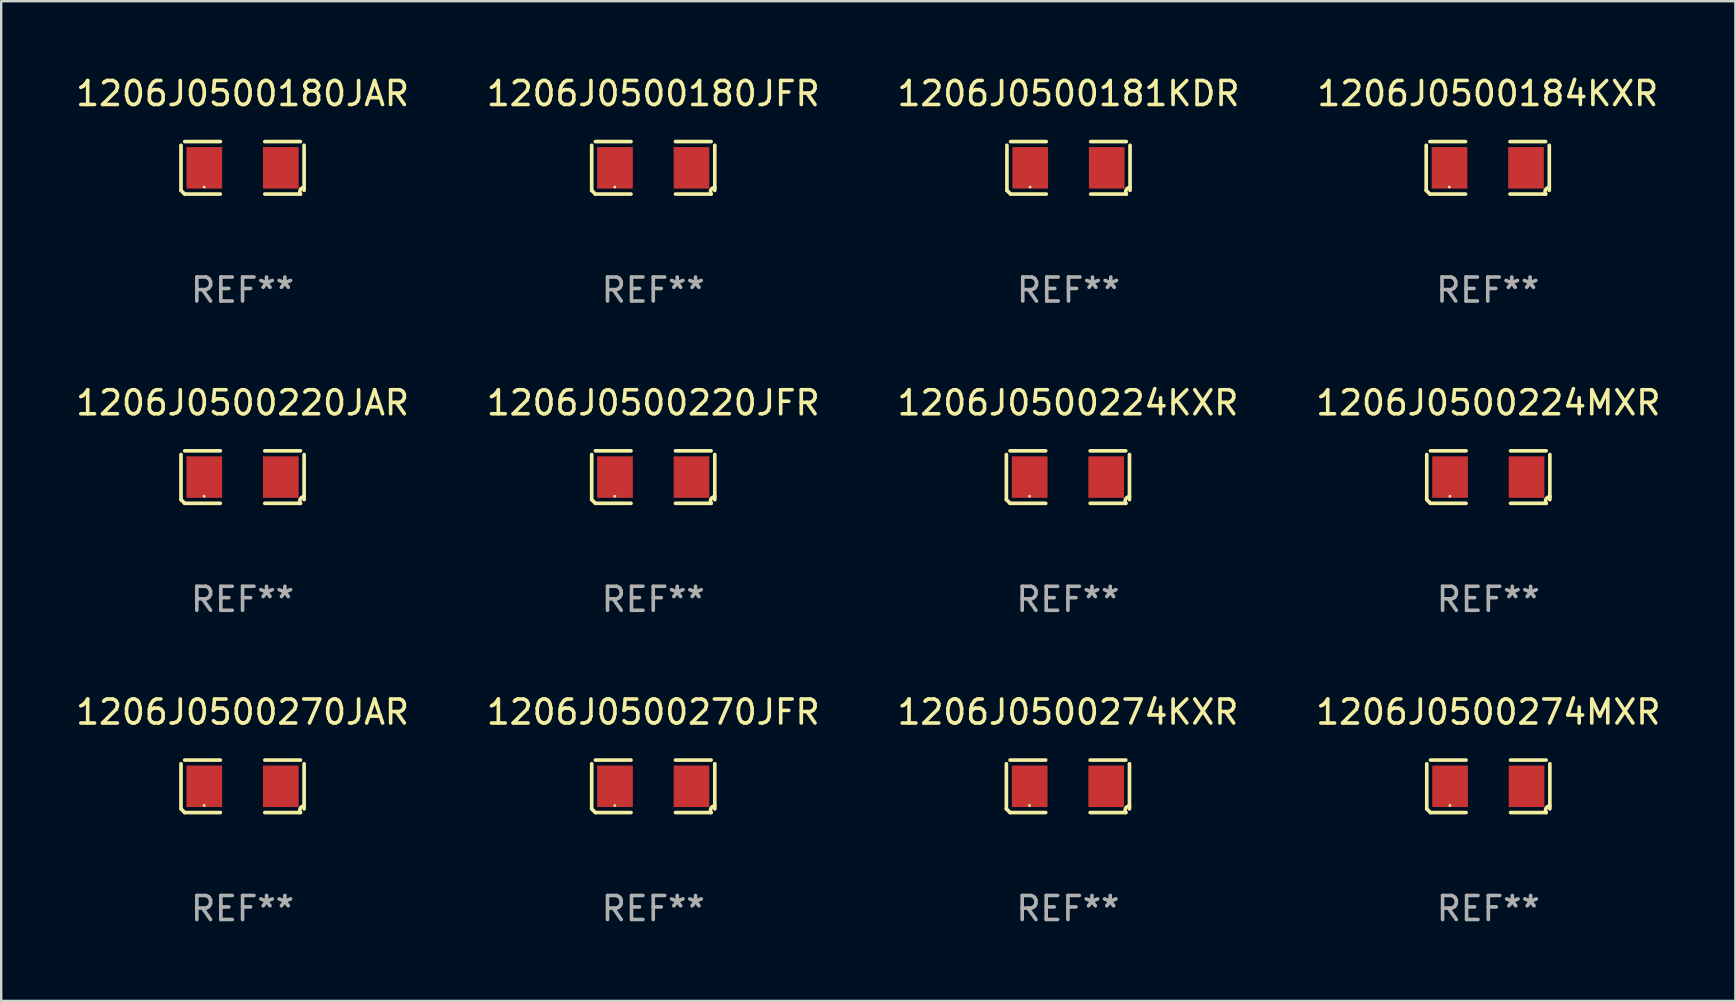
<source format=kicad_pcb>
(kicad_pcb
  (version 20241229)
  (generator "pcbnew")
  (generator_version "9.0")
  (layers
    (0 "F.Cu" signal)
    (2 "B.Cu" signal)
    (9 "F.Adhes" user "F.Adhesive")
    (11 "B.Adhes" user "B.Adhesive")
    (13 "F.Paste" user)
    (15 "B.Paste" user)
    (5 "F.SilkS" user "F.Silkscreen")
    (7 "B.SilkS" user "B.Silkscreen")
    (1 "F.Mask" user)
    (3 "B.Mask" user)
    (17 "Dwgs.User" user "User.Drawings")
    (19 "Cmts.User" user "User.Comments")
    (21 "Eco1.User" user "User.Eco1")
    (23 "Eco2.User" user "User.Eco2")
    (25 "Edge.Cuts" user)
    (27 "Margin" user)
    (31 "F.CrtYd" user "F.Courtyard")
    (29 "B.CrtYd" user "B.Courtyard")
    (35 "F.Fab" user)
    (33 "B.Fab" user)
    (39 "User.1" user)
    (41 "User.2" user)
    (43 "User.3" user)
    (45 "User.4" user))
  (footprint "1206J0500220JFR"
    (layer "F.Cu")
    (at 24.161 16.823)
    (property "Reference" "1206J0500220JFR" (at 0 -3.093 0) (layer "F.SilkS") (effects (font (size 1 1) (thickness 0.15))))
    (attr through_hole)
    (fp_line (start -2.564 0.94) (end -2.564 -0.94) (stroke (width 0.152) (type solid)) (layer "F.SilkS"))
    (fp_line (start -2.411 -1.093) (end -0.926 -1.093) (stroke (width 0.152) (type solid)) (layer "F.SilkS"))
    (fp_line (start -0.926 1.093) (end -2.411 1.093) (stroke (width 0.152) (type solid)) (layer "F.SilkS"))
    (fp_line (start 0.926 1.093) (end 2.411 1.093) (stroke (width 0.152) (type solid)) (layer "F.SilkS"))
    (fp_line (start 2.411 -1.093) (end 0.926 -1.093) (stroke (width 0.152) (type solid)) (layer "F.SilkS"))
    (fp_line (start 2.564 0.94) (end 2.564 -0.94) (stroke (width 0.152) (type solid)) (layer "F.SilkS"))
    (fp_arc (start -2.411201 1.092609) (mid -2.487413 1.01642) (end -2.563602 0.940208) (stroke (width 0.1524) (type solid)) (layer "F.SilkS"))
    (fp_arc (start 2.411201 1.092609) (mid 2.407159 0.911226) (end 2.563602 0.819347) (stroke (width 0.1524) (type solid)) (layer "F.SilkS"))
    (fp_circle (center -1.6 0.8) (end -1.57 0.8) (stroke (width 0.06) (type solid)) (fill no) (layer "F.SilkS"))
    (fp_text user "REF**" (at 0 5.093 0) (layer "F.Fab") (effects (font (size 1 1) (thickness 0.15))))
    (pad "1" smd rect (at -1.593 0) (size 1.485 1.728) (layers "F.Cu" "F.Mask" "F.Paste"))
    (pad "2" smd rect (at 1.593 0) (size 1.485 1.728) (layers "F.Cu" "F.Mask" "F.Paste")))
  (footprint "1206J0500180JFR"
    (layer "F.Cu")
    (at 24.161 3.941)
    (property "Reference" "1206J0500180JFR" (at 0 -3.093 0) (layer "F.SilkS") (effects (font (size 1 1) (thickness 0.15))))
    (attr through_hole)
    (fp_line (start -2.564 0.94) (end -2.564 -0.94) (stroke (width 0.152) (type solid)) (layer "F.SilkS"))
    (fp_line (start -2.411 -1.093) (end -0.926 -1.093) (stroke (width 0.152) (type solid)) (layer "F.SilkS"))
    (fp_line (start -0.926 1.093) (end -2.411 1.093) (stroke (width 0.152) (type solid)) (layer "F.SilkS"))
    (fp_line (start 0.926 1.093) (end 2.411 1.093) (stroke (width 0.152) (type solid)) (layer "F.SilkS"))
    (fp_line (start 2.411 -1.093) (end 0.926 -1.093) (stroke (width 0.152) (type solid)) (layer "F.SilkS"))
    (fp_line (start 2.564 0.94) (end 2.564 -0.94) (stroke (width 0.152) (type solid)) (layer "F.SilkS"))
    (fp_arc (start -2.411201 1.092609) (mid -2.487413 1.01642) (end -2.563602 0.940208) (stroke (width 0.1524) (type solid)) (layer "F.SilkS"))
    (fp_arc (start 2.411201 1.092609) (mid 2.407159 0.911226) (end 2.563602 0.819347) (stroke (width 0.1524) (type solid)) (layer "F.SilkS"))
    (fp_circle (center -1.6 0.8) (end -1.57 0.8) (stroke (width 0.06) (type solid)) (fill no) (layer "F.SilkS"))
    (fp_text user "REF**" (at 0 5.093 0) (layer "F.Fab") (effects (font (size 1 1) (thickness 0.15))))
    (pad "1" smd rect (at -1.593 0) (size 1.485 1.728) (layers "F.Cu" "F.Mask" "F.Paste"))
    (pad "2" smd rect (at 1.593 0) (size 1.485 1.728) (layers "F.Cu" "F.Mask" "F.Paste")))
  (footprint "1206J0500180JAR"
    (layer "F.Cu")
    (at 7.054 3.941)
    (property "Reference" "1206J0500180JAR" (at 0 -3.093 0) (layer "F.SilkS") (effects (font (size 1 1) (thickness 0.15))))
    (attr through_hole)
    (fp_line (start -2.564 0.94) (end -2.564 -0.94) (stroke (width 0.152) (type solid)) (layer "F.SilkS"))
    (fp_line (start -2.411 -1.093) (end -0.926 -1.093) (stroke (width 0.152) (type solid)) (layer "F.SilkS"))
    (fp_line (start -0.926 1.093) (end -2.411 1.093) (stroke (width 0.152) (type solid)) (layer "F.SilkS"))
    (fp_line (start 0.926 1.093) (end 2.411 1.093) (stroke (width 0.152) (type solid)) (layer "F.SilkS"))
    (fp_line (start 2.411 -1.093) (end 0.926 -1.093) (stroke (width 0.152) (type solid)) (layer "F.SilkS"))
    (fp_line (start 2.564 0.94) (end 2.564 -0.94) (stroke (width 0.152) (type solid)) (layer "F.SilkS"))
    (fp_arc (start -2.411201 1.092609) (mid -2.487413 1.01642) (end -2.563602 0.940208) (stroke (width 0.1524) (type solid)) (layer "F.SilkS"))
    (fp_arc (start 2.411201 1.092609) (mid 2.407159 0.911226) (end 2.563602 0.819347) (stroke (width 0.1524) (type solid)) (layer "F.SilkS"))
    (fp_circle (center -1.6 0.8) (end -1.57 0.8) (stroke (width 0.06) (type solid)) (fill no) (layer "F.SilkS"))
    (fp_text user "REF**" (at 0 5.093 0) (layer "F.Fab") (effects (font (size 1 1) (thickness 0.15))))
    (pad "1" smd rect (at -1.593 0) (size 1.485 1.728) (layers "F.Cu" "F.Mask" "F.Paste"))
    (pad "2" smd rect (at 1.593 0) (size 1.485 1.728) (layers "F.Cu" "F.Mask" "F.Paste")))
  (footprint "1206J0500274KXR"
    (layer "F.Cu")
    (at 41.435 29.704)
    (property "Reference" "1206J0500274KXR" (at 0 -3.093 0) (layer "F.SilkS") (effects (font (size 1 1) (thickness 0.15))))
    (attr through_hole)
    (fp_line (start -2.564 0.94) (end -2.564 -0.94) (stroke (width 0.152) (type solid)) (layer "F.SilkS"))
    (fp_line (start -2.411 -1.093) (end -0.926 -1.093) (stroke (width 0.152) (type solid)) (layer "F.SilkS"))
    (fp_line (start -0.926 1.093) (end -2.411 1.093) (stroke (width 0.152) (type solid)) (layer "F.SilkS"))
    (fp_line (start 0.926 1.093) (end 2.411 1.093) (stroke (width 0.152) (type solid)) (layer "F.SilkS"))
    (fp_line (start 2.411 -1.093) (end 0.926 -1.093) (stroke (width 0.152) (type solid)) (layer "F.SilkS"))
    (fp_line (start 2.564 0.94) (end 2.564 -0.94) (stroke (width 0.152) (type solid)) (layer "F.SilkS"))
    (fp_arc (start -2.411201 1.092609) (mid -2.487413 1.01642) (end -2.563602 0.940208) (stroke (width 0.1524) (type solid)) (layer "F.SilkS"))
    (fp_arc (start 2.411201 1.092609) (mid 2.407159 0.911226) (end 2.563602 0.819347) (stroke (width 0.1524) (type solid)) (layer "F.SilkS"))
    (fp_circle (center -1.6 0.8) (end -1.57 0.8) (stroke (width 0.06) (type solid)) (fill no) (layer "F.SilkS"))
    (fp_text user "REF**" (at 0 5.093 0) (layer "F.Fab") (effects (font (size 1 1) (thickness 0.15))))
    (pad "1" smd rect (at -1.593 0) (size 1.485 1.728) (layers "F.Cu" "F.Mask" "F.Paste"))
    (pad "2" smd rect (at 1.593 0) (size 1.485 1.728) (layers "F.Cu" "F.Mask" "F.Paste")))
  (footprint "1206J0500270JAR"
    (layer "F.Cu")
    (at 7.054 29.704)
    (property "Reference" "1206J0500270JAR" (at 0 -3.093 0) (layer "F.SilkS") (effects (font (size 1 1) (thickness 0.15))))
    (attr through_hole)
    (fp_line (start -2.564 0.94) (end -2.564 -0.94) (stroke (width 0.152) (type solid)) (layer "F.SilkS"))
    (fp_line (start -2.411 -1.093) (end -0.926 -1.093) (stroke (width 0.152) (type solid)) (layer "F.SilkS"))
    (fp_line (start -0.926 1.093) (end -2.411 1.093) (stroke (width 0.152) (type solid)) (layer "F.SilkS"))
    (fp_line (start 0.926 1.093) (end 2.411 1.093) (stroke (width 0.152) (type solid)) (layer "F.SilkS"))
    (fp_line (start 2.411 -1.093) (end 0.926 -1.093) (stroke (width 0.152) (type solid)) (layer "F.SilkS"))
    (fp_line (start 2.564 0.94) (end 2.564 -0.94) (stroke (width 0.152) (type solid)) (layer "F.SilkS"))
    (fp_arc (start -2.411201 1.092609) (mid -2.487413 1.01642) (end -2.563602 0.940208) (stroke (width 0.1524) (type solid)) (layer "F.SilkS"))
    (fp_arc (start 2.411201 1.092609) (mid 2.407159 0.911226) (end 2.563602 0.819347) (stroke (width 0.1524) (type solid)) (layer "F.SilkS"))
    (fp_circle (center -1.6 0.8) (end -1.57 0.8) (stroke (width 0.06) (type solid)) (fill no) (layer "F.SilkS"))
    (fp_text user "REF**" (at 0 5.093 0) (layer "F.Fab") (effects (font (size 1 1) (thickness 0.15))))
    (pad "1" smd rect (at -1.593 0) (size 1.485 1.728) (layers "F.Cu" "F.Mask" "F.Paste"))
    (pad "2" smd rect (at 1.593 0) (size 1.485 1.728) (layers "F.Cu" "F.Mask" "F.Paste")))
  (footprint "1206J0500181KDR"
    (layer "F.Cu")
    (at 41.458 3.941)
    (property "Reference" "1206J0500181KDR" (at 0 -3.093 0) (layer "F.SilkS") (effects (font (size 1 1) (thickness 0.15))))
    (attr through_hole)
    (fp_line (start -2.564 0.94) (end -2.564 -0.94) (stroke (width 0.152) (type solid)) (layer "F.SilkS"))
    (fp_line (start -2.411 -1.093) (end -0.926 -1.093) (stroke (width 0.152) (type solid)) (layer "F.SilkS"))
    (fp_line (start -0.926 1.093) (end -2.411 1.093) (stroke (width 0.152) (type solid)) (layer "F.SilkS"))
    (fp_line (start 0.926 1.093) (end 2.411 1.093) (stroke (width 0.152) (type solid)) (layer "F.SilkS"))
    (fp_line (start 2.411 -1.093) (end 0.926 -1.093) (stroke (width 0.152) (type solid)) (layer "F.SilkS"))
    (fp_line (start 2.564 0.94) (end 2.564 -0.94) (stroke (width 0.152) (type solid)) (layer "F.SilkS"))
    (fp_arc (start -2.411201 1.092609) (mid -2.487413 1.01642) (end -2.563602 0.940208) (stroke (width 0.1524) (type solid)) (layer "F.SilkS"))
    (fp_arc (start 2.411201 1.092609) (mid 2.407159 0.911226) (end 2.563602 0.819347) (stroke (width 0.1524) (type solid)) (layer "F.SilkS"))
    (fp_circle (center -1.6 0.8) (end -1.57 0.8) (stroke (width 0.06) (type solid)) (fill no) (layer "F.SilkS"))
    (fp_text user "REF**" (at 0 5.093 0) (layer "F.Fab") (effects (font (size 1 1) (thickness 0.15))))
    (pad "1" smd rect (at -1.593 0) (size 1.485 1.728) (layers "F.Cu" "F.Mask" "F.Paste"))
    (pad "2" smd rect (at 1.593 0) (size 1.485 1.728) (layers "F.Cu" "F.Mask" "F.Paste")))
  (footprint "1206J0500224KXR"
    (layer "F.Cu")
    (at 41.435 16.823)
    (property "Reference" "1206J0500224KXR" (at 0 -3.093 0) (layer "F.SilkS") (effects (font (size 1 1) (thickness 0.15))))
    (attr through_hole)
    (fp_line (start -2.564 0.94) (end -2.564 -0.94) (stroke (width 0.152) (type solid)) (layer "F.SilkS"))
    (fp_line (start -2.411 -1.093) (end -0.926 -1.093) (stroke (width 0.152) (type solid)) (layer "F.SilkS"))
    (fp_line (start -0.926 1.093) (end -2.411 1.093) (stroke (width 0.152) (type solid)) (layer "F.SilkS"))
    (fp_line (start 0.926 1.093) (end 2.411 1.093) (stroke (width 0.152) (type solid)) (layer "F.SilkS"))
    (fp_line (start 2.411 -1.093) (end 0.926 -1.093) (stroke (width 0.152) (type solid)) (layer "F.SilkS"))
    (fp_line (start 2.564 0.94) (end 2.564 -0.94) (stroke (width 0.152) (type solid)) (layer "F.SilkS"))
    (fp_arc (start -2.411201 1.092609) (mid -2.487413 1.01642) (end -2.563602 0.940208) (stroke (width 0.1524) (type solid)) (layer "F.SilkS"))
    (fp_arc (start 2.411201 1.092609) (mid 2.407159 0.911226) (end 2.563602 0.819347) (stroke (width 0.1524) (type solid)) (layer "F.SilkS"))
    (fp_circle (center -1.6 0.8) (end -1.57 0.8) (stroke (width 0.06) (type solid)) (fill no) (layer "F.SilkS"))
    (fp_text user "REF**" (at 0 5.093 0) (layer "F.Fab") (effects (font (size 1 1) (thickness 0.15))))
    (pad "1" smd rect (at -1.593 0) (size 1.485 1.728) (layers "F.Cu" "F.Mask" "F.Paste"))
    (pad "2" smd rect (at 1.593 0) (size 1.485 1.728) (layers "F.Cu" "F.Mask" "F.Paste")))
  (footprint "1206J0500224MXR"
    (layer "F.Cu")
    (at 58.946 16.823)
    (property "Reference" "1206J0500224MXR" (at 0 -3.093 0) (layer "F.SilkS") (effects (font (size 1 1) (thickness 0.15))))
    (attr through_hole)
    (fp_line (start -2.564 0.94) (end -2.564 -0.94) (stroke (width 0.152) (type solid)) (layer "F.SilkS"))
    (fp_line (start -2.411 -1.093) (end -0.926 -1.093) (stroke (width 0.152) (type solid)) (layer "F.SilkS"))
    (fp_line (start -0.926 1.093) (end -2.411 1.093) (stroke (width 0.152) (type solid)) (layer "F.SilkS"))
    (fp_line (start 0.926 1.093) (end 2.411 1.093) (stroke (width 0.152) (type solid)) (layer "F.SilkS"))
    (fp_line (start 2.411 -1.093) (end 0.926 -1.093) (stroke (width 0.152) (type solid)) (layer "F.SilkS"))
    (fp_line (start 2.564 0.94) (end 2.564 -0.94) (stroke (width 0.152) (type solid)) (layer "F.SilkS"))
    (fp_arc (start -2.411201 1.092609) (mid -2.487413 1.01642) (end -2.563602 0.940208) (stroke (width 0.1524) (type solid)) (layer "F.SilkS"))
    (fp_arc (start 2.411201 1.092609) (mid 2.407159 0.911226) (end 2.563602 0.819347) (stroke (width 0.1524) (type solid)) (layer "F.SilkS"))
    (fp_circle (center -1.6 0.8) (end -1.57 0.8) (stroke (width 0.06) (type solid)) (fill no) (layer "F.SilkS"))
    (fp_text user "REF**" (at 0 5.093 0) (layer "F.Fab") (effects (font (size 1 1) (thickness 0.15))))
    (pad "1" smd rect (at -1.593 0) (size 1.485 1.728) (layers "F.Cu" "F.Mask" "F.Paste"))
    (pad "2" smd rect (at 1.593 0) (size 1.485 1.728) (layers "F.Cu" "F.Mask" "F.Paste")))
  (footprint "1206J0500220JAR"
    (layer "F.Cu")
    (at 7.054 16.823)
    (property "Reference" "1206J0500220JAR" (at 0 -3.093 0) (layer "F.SilkS") (effects (font (size 1 1) (thickness 0.15))))
    (attr through_hole)
    (fp_line (start -2.564 0.94) (end -2.564 -0.94) (stroke (width 0.152) (type solid)) (layer "F.SilkS"))
    (fp_line (start -2.411 -1.093) (end -0.926 -1.093) (stroke (width 0.152) (type solid)) (layer "F.SilkS"))
    (fp_line (start -0.926 1.093) (end -2.411 1.093) (stroke (width 0.152) (type solid)) (layer "F.SilkS"))
    (fp_line (start 0.926 1.093) (end 2.411 1.093) (stroke (width 0.152) (type solid)) (layer "F.SilkS"))
    (fp_line (start 2.411 -1.093) (end 0.926 -1.093) (stroke (width 0.152) (type solid)) (layer "F.SilkS"))
    (fp_line (start 2.564 0.94) (end 2.564 -0.94) (stroke (width 0.152) (type solid)) (layer "F.SilkS"))
    (fp_arc (start -2.411201 1.092609) (mid -2.487413 1.01642) (end -2.563602 0.940208) (stroke (width 0.1524) (type solid)) (layer "F.SilkS"))
    (fp_arc (start 2.411201 1.092609) (mid 2.407159 0.911226) (end 2.563602 0.819347) (stroke (width 0.1524) (type solid)) (layer "F.SilkS"))
    (fp_circle (center -1.6 0.8) (end -1.57 0.8) (stroke (width 0.06) (type solid)) (fill no) (layer "F.SilkS"))
    (fp_text user "REF**" (at 0 5.093 0) (layer "F.Fab") (effects (font (size 1 1) (thickness 0.15))))
    (pad "1" smd rect (at -1.593 0) (size 1.485 1.728) (layers "F.Cu" "F.Mask" "F.Paste"))
    (pad "2" smd rect (at 1.593 0) (size 1.485 1.728) (layers "F.Cu" "F.Mask" "F.Paste")))
  (footprint "1206J0500184KXR"
    (layer "F.Cu")
    (at 58.923 3.941)
    (property "Reference" "1206J0500184KXR" (at 0 -3.093 0) (layer "F.SilkS") (effects (font (size 1 1) (thickness 0.15))))
    (attr through_hole)
    (fp_line (start -2.564 0.94) (end -2.564 -0.94) (stroke (width 0.152) (type solid)) (layer "F.SilkS"))
    (fp_line (start -2.411 -1.093) (end -0.926 -1.093) (stroke (width 0.152) (type solid)) (layer "F.SilkS"))
    (fp_line (start -0.926 1.093) (end -2.411 1.093) (stroke (width 0.152) (type solid)) (layer "F.SilkS"))
    (fp_line (start 0.926 1.093) (end 2.411 1.093) (stroke (width 0.152) (type solid)) (layer "F.SilkS"))
    (fp_line (start 2.411 -1.093) (end 0.926 -1.093) (stroke (width 0.152) (type solid)) (layer "F.SilkS"))
    (fp_line (start 2.564 0.94) (end 2.564 -0.94) (stroke (width 0.152) (type solid)) (layer "F.SilkS"))
    (fp_arc (start -2.411201 1.092609) (mid -2.487413 1.01642) (end -2.563602 0.940208) (stroke (width 0.1524) (type solid)) (layer "F.SilkS"))
    (fp_arc (start 2.411201 1.092609) (mid 2.407159 0.911226) (end 2.563602 0.819347) (stroke (width 0.1524) (type solid)) (layer "F.SilkS"))
    (fp_circle (center -1.6 0.8) (end -1.57 0.8) (stroke (width 0.06) (type solid)) (fill no) (layer "F.SilkS"))
    (fp_text user "REF**" (at 0 5.093 0) (layer "F.Fab") (effects (font (size 1 1) (thickness 0.15))))
    (pad "1" smd rect (at -1.593 0) (size 1.485 1.728) (layers "F.Cu" "F.Mask" "F.Paste"))
    (pad "2" smd rect (at 1.593 0) (size 1.485 1.728) (layers "F.Cu" "F.Mask" "F.Paste")))
  (footprint "1206J0500274MXR"
    (layer "F.Cu")
    (at 58.946 29.704)
    (property "Reference" "1206J0500274MXR" (at 0 -3.093 0) (layer "F.SilkS") (effects (font (size 1 1) (thickness 0.15))))
    (attr through_hole)
    (fp_line (start -2.564 0.94) (end -2.564 -0.94) (stroke (width 0.152) (type solid)) (layer "F.SilkS"))
    (fp_line (start -2.411 -1.093) (end -0.926 -1.093) (stroke (width 0.152) (type solid)) (layer "F.SilkS"))
    (fp_line (start -0.926 1.093) (end -2.411 1.093) (stroke (width 0.152) (type solid)) (layer "F.SilkS"))
    (fp_line (start 0.926 1.093) (end 2.411 1.093) (stroke (width 0.152) (type solid)) (layer "F.SilkS"))
    (fp_line (start 2.411 -1.093) (end 0.926 -1.093) (stroke (width 0.152) (type solid)) (layer "F.SilkS"))
    (fp_line (start 2.564 0.94) (end 2.564 -0.94) (stroke (width 0.152) (type solid)) (layer "F.SilkS"))
    (fp_arc (start -2.411201 1.092609) (mid -2.487413 1.01642) (end -2.563602 0.940208) (stroke (width 0.1524) (type solid)) (layer "F.SilkS"))
    (fp_arc (start 2.411201 1.092609) (mid 2.407159 0.911226) (end 2.563602 0.819347) (stroke (width 0.1524) (type solid)) (layer "F.SilkS"))
    (fp_circle (center -1.6 0.8) (end -1.57 0.8) (stroke (width 0.06) (type solid)) (fill no) (layer "F.SilkS"))
    (fp_text user "REF**" (at 0 5.093 0) (layer "F.Fab") (effects (font (size 1 1) (thickness 0.15))))
    (pad "1" smd rect (at -1.593 0) (size 1.485 1.728) (layers "F.Cu" "F.Mask" "F.Paste"))
    (pad "2" smd rect (at 1.593 0) (size 1.485 1.728) (layers "F.Cu" "F.Mask" "F.Paste")))
  (footprint "1206J0500270JFR"
    (layer "F.Cu")
    (at 24.161 29.704)
    (property "Reference" "1206J0500270JFR" (at 0 -3.093 0) (layer "F.SilkS") (effects (font (size 1 1) (thickness 0.15))))
    (attr through_hole)
    (fp_line (start -2.564 0.94) (end -2.564 -0.94) (stroke (width 0.152) (type solid)) (layer "F.SilkS"))
    (fp_line (start -2.411 -1.093) (end -0.926 -1.093) (stroke (width 0.152) (type solid)) (layer "F.SilkS"))
    (fp_line (start -0.926 1.093) (end -2.411 1.093) (stroke (width 0.152) (type solid)) (layer "F.SilkS"))
    (fp_line (start 0.926 1.093) (end 2.411 1.093) (stroke (width 0.152) (type solid)) (layer "F.SilkS"))
    (fp_line (start 2.411 -1.093) (end 0.926 -1.093) (stroke (width 0.152) (type solid)) (layer "F.SilkS"))
    (fp_line (start 2.564 0.94) (end 2.564 -0.94) (stroke (width 0.152) (type solid)) (layer "F.SilkS"))
    (fp_arc (start -2.411201 1.092609) (mid -2.487413 1.01642) (end -2.563602 0.940208) (stroke (width 0.1524) (type solid)) (layer "F.SilkS"))
    (fp_arc (start 2.411201 1.092609) (mid 2.407159 0.911226) (end 2.563602 0.819347) (stroke (width 0.1524) (type solid)) (layer "F.SilkS"))
    (fp_circle (center -1.6 0.8) (end -1.57 0.8) (stroke (width 0.06) (type solid)) (fill no) (layer "F.SilkS"))
    (fp_text user "REF**" (at 0 5.093 0) (layer "F.Fab") (effects (font (size 1 1) (thickness 0.15))))
    (pad "1" smd rect (at -1.593 0) (size 1.485 1.728) (layers "F.Cu" "F.Mask" "F.Paste"))
    (pad "2" smd rect (at 1.593 0) (size 1.485 1.728) (layers "F.Cu" "F.Mask" "F.Paste")))
  (gr_rect
    (start -3 -3)
    (end 69.238 38.645)
    (stroke (width 0.1) (type default))
    (fill no)
    (layer "Edge.Cuts")))
</source>
